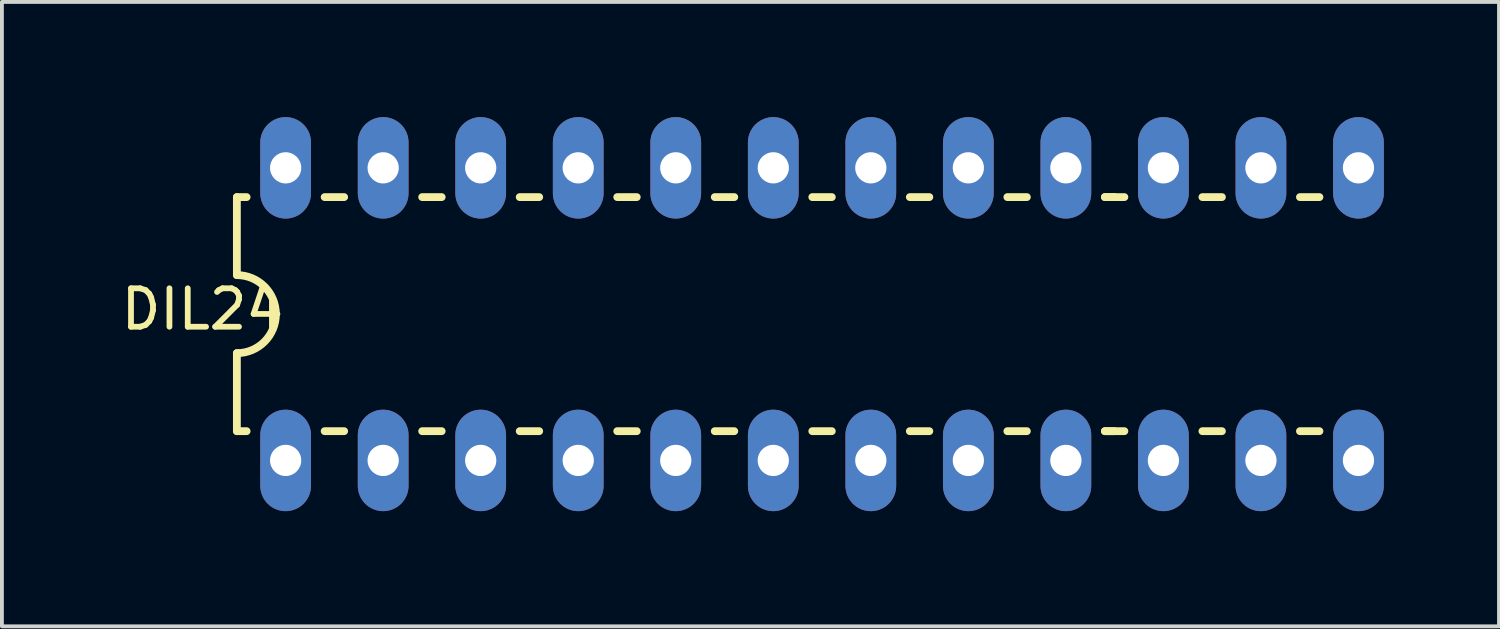
<source format=kicad_pcb>
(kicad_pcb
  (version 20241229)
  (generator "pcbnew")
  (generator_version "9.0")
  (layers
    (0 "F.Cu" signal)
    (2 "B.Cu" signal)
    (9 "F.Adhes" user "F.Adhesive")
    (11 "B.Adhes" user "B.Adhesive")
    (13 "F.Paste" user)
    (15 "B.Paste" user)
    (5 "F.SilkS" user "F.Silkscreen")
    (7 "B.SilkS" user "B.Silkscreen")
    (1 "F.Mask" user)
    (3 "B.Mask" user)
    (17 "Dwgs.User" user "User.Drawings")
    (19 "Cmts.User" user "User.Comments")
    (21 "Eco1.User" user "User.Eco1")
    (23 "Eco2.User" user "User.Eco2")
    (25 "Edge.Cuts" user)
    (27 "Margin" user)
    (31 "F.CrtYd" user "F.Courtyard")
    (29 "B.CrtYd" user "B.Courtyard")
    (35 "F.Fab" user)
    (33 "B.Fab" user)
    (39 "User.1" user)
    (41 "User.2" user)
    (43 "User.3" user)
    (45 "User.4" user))
  (footprint "DIL24"
    (layer "F.Cu")
    (at 18.359 5.131)
    (property "Reference" "DIL24" (at -16.138 -0.127 180) (layer "F.SilkS") (effects (font (size 1.001 1.001) (thickness 0.15))))
    (attr through_hole)
    (fp_line (start -15.24 -3.048) (end -15.24 -1.016) (stroke (width 0.203) (type solid)) (layer "F.SilkS"))
    (fp_line (start -15.24 -3.048) (end -14.986 -3.048) (stroke (width 0.203) (type solid)) (layer "F.SilkS"))
    (fp_line (start -15.24 3.048) (end -15.24 1.016) (stroke (width 0.203) (type solid)) (layer "F.SilkS"))
    (fp_line (start -15.24 3.048) (end -14.986 3.048) (stroke (width 0.203) (type solid)) (layer "F.SilkS"))
    (fp_line (start -12.954 -3.048) (end -12.446 -3.048) (stroke (width 0.203) (type solid)) (layer "F.SilkS"))
    (fp_line (start -12.954 3.048) (end -12.446 3.048) (stroke (width 0.203) (type solid)) (layer "F.SilkS"))
    (fp_line (start -10.414 -3.048) (end -9.906 -3.048) (stroke (width 0.203) (type solid)) (layer "F.SilkS"))
    (fp_line (start -10.414 3.048) (end -9.906 3.048) (stroke (width 0.203) (type solid)) (layer "F.SilkS"))
    (fp_line (start -7.874 -3.048) (end -7.366 -3.048) (stroke (width 0.203) (type solid)) (layer "F.SilkS"))
    (fp_line (start -7.874 3.048) (end -7.366 3.048) (stroke (width 0.203) (type solid)) (layer "F.SilkS"))
    (fp_line (start -5.334 -3.048) (end -4.826 -3.048) (stroke (width 0.203) (type solid)) (layer "F.SilkS"))
    (fp_line (start -5.334 3.048) (end -4.826 3.048) (stroke (width 0.203) (type solid)) (layer "F.SilkS"))
    (fp_line (start -2.794 -3.048) (end -2.286 -3.048) (stroke (width 0.203) (type solid)) (layer "F.SilkS"))
    (fp_line (start -2.794 3.048) (end -2.286 3.048) (stroke (width 0.203) (type solid)) (layer "F.SilkS"))
    (fp_line (start -0.254 -3.048) (end 0.254 -3.048) (stroke (width 0.203) (type solid)) (layer "F.SilkS"))
    (fp_line (start -0.254 3.048) (end 0.254 3.048) (stroke (width 0.203) (type solid)) (layer "F.SilkS"))
    (fp_line (start 2.286 -3.048) (end 2.794 -3.048) (stroke (width 0.203) (type solid)) (layer "F.SilkS"))
    (fp_line (start 2.286 3.048) (end 2.794 3.048) (stroke (width 0.203) (type solid)) (layer "F.SilkS"))
    (fp_line (start 4.826 -3.048) (end 5.334 -3.048) (stroke (width 0.203) (type solid)) (layer "F.SilkS"))
    (fp_line (start 4.826 3.048) (end 5.334 3.048) (stroke (width 0.203) (type solid)) (layer "F.SilkS"))
    (fp_line (start 7.366 -3.048) (end 7.874 -3.048) (stroke (width 0.203) (type solid)) (layer "F.SilkS"))
    (fp_line (start 7.366 3.048) (end 7.874 3.048) (stroke (width 0.203) (type solid)) (layer "F.SilkS"))
    (fp_line (start 7.62 -3.048) (end 7.366 -3.048) (stroke (width 0.203) (type solid)) (layer "F.SilkS"))
    (fp_line (start 7.62 3.048) (end 7.366 3.048) (stroke (width 0.203) (type solid)) (layer "F.SilkS"))
    (fp_line (start 9.906 -3.048) (end 10.414 -3.048) (stroke (width 0.203) (type solid)) (layer "F.SilkS"))
    (fp_line (start 9.906 3.048) (end 10.414 3.048) (stroke (width 0.203) (type solid)) (layer "F.SilkS"))
    (fp_line (start 12.446 -3.048) (end 12.954 -3.048) (stroke (width 0.203) (type solid)) (layer "F.SilkS"))
    (fp_line (start 12.446 3.048) (end 12.954 3.048) (stroke (width 0.203) (type solid)) (layer "F.SilkS"))
    (fp_arc (start -15.24 -1.016) (mid -14.224 0) (end -15.24 1.016) (stroke (width 0.2032) (type solid)) (layer "F.SilkS"))
    (pad "1" thru_hole oval (at -13.97 3.81) (size 1.321 2.642) (drill 0.813) (layers "*.Cu" "*.Mask"))
    (pad "2" thru_hole oval (at -11.43 3.81) (size 1.321 2.642) (drill 0.813) (layers "*.Cu" "*.Mask"))
    (pad "3" thru_hole oval (at -8.89 3.81) (size 1.321 2.642) (drill 0.813) (layers "*.Cu" "*.Mask"))
    (pad "4" thru_hole oval (at -6.35 3.81) (size 1.321 2.642) (drill 0.813) (layers "*.Cu" "*.Mask"))
    (pad "5" thru_hole oval (at -3.81 3.81) (size 1.321 2.642) (drill 0.813) (layers "*.Cu" "*.Mask"))
    (pad "6" thru_hole oval (at -1.27 3.81) (size 1.321 2.642) (drill 0.813) (layers "*.Cu" "*.Mask"))
    (pad "7" thru_hole oval (at 1.27 3.81) (size 1.321 2.642) (drill 0.813) (layers "*.Cu" "*.Mask"))
    (pad "8" thru_hole oval (at 3.81 3.81) (size 1.321 2.642) (drill 0.813) (layers "*.Cu" "*.Mask"))
    (pad "9" thru_hole oval (at 6.35 3.81) (size 1.321 2.642) (drill 0.813) (layers "*.Cu" "*.Mask"))
    (pad "10" thru_hole oval (at 8.89 3.81) (size 1.321 2.642) (drill 0.813) (layers "*.Cu" "*.Mask"))
    (pad "11" thru_hole oval (at 11.43 3.81) (size 1.321 2.642) (drill 0.813) (layers "*.Cu" "*.Mask"))
    (pad "12" thru_hole oval (at 13.97 3.81) (size 1.321 2.642) (drill 0.813) (layers "*.Cu" "*.Mask"))
    (pad "13" thru_hole oval (at 13.97 -3.81) (size 1.321 2.642) (drill 0.813) (layers "*.Cu" "*.Mask"))
    (pad "14" thru_hole oval (at 11.43 -3.81) (size 1.321 2.642) (drill 0.813) (layers "*.Cu" "*.Mask"))
    (pad "15" thru_hole oval (at 8.89 -3.81) (size 1.321 2.642) (drill 0.813) (layers "*.Cu" "*.Mask"))
    (pad "16" thru_hole oval (at 6.35 -3.81) (size 1.321 2.642) (drill 0.813) (layers "*.Cu" "*.Mask"))
    (pad "17" thru_hole oval (at 3.81 -3.81) (size 1.321 2.642) (drill 0.813) (layers "*.Cu" "*.Mask"))
    (pad "18" thru_hole oval (at 1.27 -3.81) (size 1.321 2.642) (drill 0.813) (layers "*.Cu" "*.Mask"))
    (pad "19" thru_hole oval (at -1.27 -3.81) (size 1.321 2.642) (drill 0.813) (layers "*.Cu" "*.Mask"))
    (pad "20" thru_hole oval (at -3.81 -3.81) (size 1.321 2.642) (drill 0.813) (layers "*.Cu" "*.Mask"))
    (pad "21" thru_hole oval (at -6.35 -3.81) (size 1.321 2.642) (drill 0.813) (layers "*.Cu" "*.Mask"))
    (pad "22" thru_hole oval (at -8.89 -3.81) (size 1.321 2.642) (drill 0.813) (layers "*.Cu" "*.Mask"))
    (pad "23" thru_hole oval (at -11.43 -3.81) (size 1.321 2.642) (drill 0.813) (layers "*.Cu" "*.Mask"))
    (pad "24" thru_hole oval (at -13.97 -3.81) (size 1.321 2.642) (drill 0.813) (layers "*.Cu" "*.Mask")))
  (gr_rect
    (start -3 -3)
    (end 35.989 13.262)
    (stroke (width 0.1) (type default))
    (fill no)
    (layer "Edge.Cuts")))
</source>
